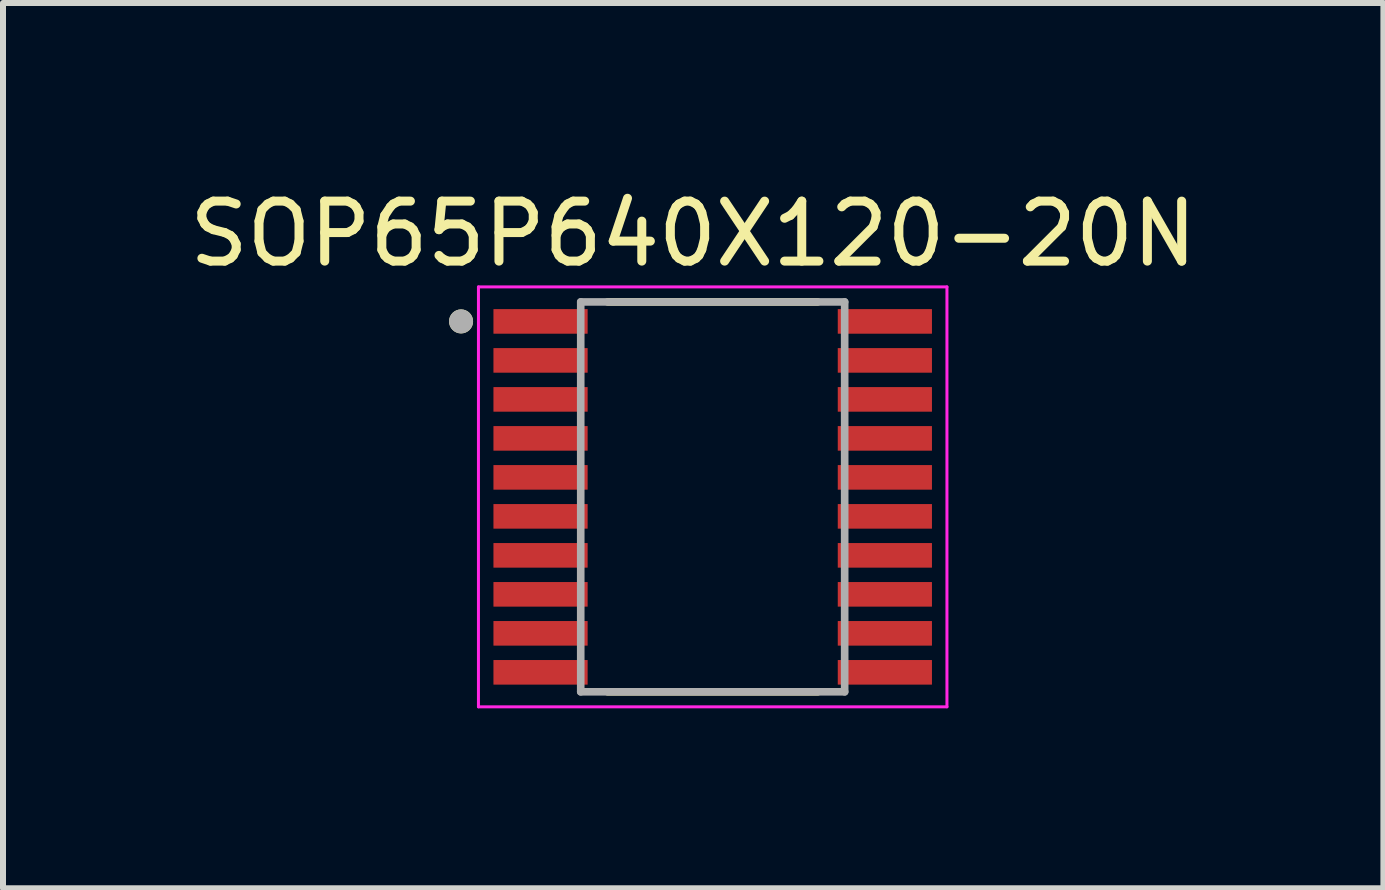
<source format=kicad_pcb>
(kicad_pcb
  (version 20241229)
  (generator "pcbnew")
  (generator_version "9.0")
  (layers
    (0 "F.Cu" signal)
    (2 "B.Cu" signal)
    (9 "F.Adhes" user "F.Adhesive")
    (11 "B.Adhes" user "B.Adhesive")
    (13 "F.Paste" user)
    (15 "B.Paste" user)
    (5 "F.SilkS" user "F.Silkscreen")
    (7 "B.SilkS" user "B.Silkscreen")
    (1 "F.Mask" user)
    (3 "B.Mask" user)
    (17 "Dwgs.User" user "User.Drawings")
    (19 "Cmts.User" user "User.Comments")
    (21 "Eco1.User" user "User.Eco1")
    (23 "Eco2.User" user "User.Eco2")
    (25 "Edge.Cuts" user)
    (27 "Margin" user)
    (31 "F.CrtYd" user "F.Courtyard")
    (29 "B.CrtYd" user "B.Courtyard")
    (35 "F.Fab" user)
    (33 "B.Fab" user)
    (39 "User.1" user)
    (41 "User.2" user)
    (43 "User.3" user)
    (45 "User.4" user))
  (footprint "SOP65P640X120-20N"
    (layer "F.Cu")
    (at 8.831 5.233)
    (property "Reference" "SOP65P640X120-20N" (at -0.325 -4.385 0) (layer "F.SilkS") (effects (font (size 1 1) (thickness 0.15))))
    (attr smd)
    (fp_line (start -1.75 -3.25) (end 1.75 -3.25) (stroke (width 0.127) (type solid)) (layer "F.SilkS"))
    (fp_line (start -1.75 3.25) (end 1.75 3.25) (stroke (width 0.127) (type solid)) (layer "F.SilkS"))
    (fp_circle (center -4.195 -2.925) (end -4.095 -2.925) (stroke (width 0.2) (type solid)) (fill no) (layer "F.SilkS"))
    (fp_line (start -3.905 -3.5) (end -3.905 3.5) (stroke (width 0.05) (type solid)) (layer "F.CrtYd"))
    (fp_line (start -3.905 -3.5) (end 3.905 -3.5) (stroke (width 0.05) (type solid)) (layer "F.CrtYd"))
    (fp_line (start -3.905 3.5) (end 3.905 3.5) (stroke (width 0.05) (type solid)) (layer "F.CrtYd"))
    (fp_line (start 3.905 -3.5) (end 3.905 3.5) (stroke (width 0.05) (type solid)) (layer "F.CrtYd"))
    (fp_line (start -2.2 -3.25) (end -2.2 3.25) (stroke (width 0.127) (type solid)) (layer "F.Fab"))
    (fp_line (start -2.2 -3.25) (end 2.2 -3.25) (stroke (width 0.127) (type solid)) (layer "F.Fab"))
    (fp_line (start -2.2 3.25) (end 2.2 3.25) (stroke (width 0.127) (type solid)) (layer "F.Fab"))
    (fp_line (start 2.2 -3.25) (end 2.2 3.25) (stroke (width 0.127) (type solid)) (layer "F.Fab"))
    (fp_circle (center -4.195 -2.925) (end -4.095 -2.925) (stroke (width 0.2) (type solid)) (fill no) (layer "F.Fab"))
    (pad "1" smd rect (at -2.87 -2.925) (size 1.57 0.41) (layers "F.Cu" "F.Mask" "F.Paste"))
    (pad "2" smd rect (at -2.87 -2.275) (size 1.57 0.41) (layers "F.Cu" "F.Mask" "F.Paste"))
    (pad "3" smd rect (at -2.87 -1.625) (size 1.57 0.41) (layers "F.Cu" "F.Mask" "F.Paste"))
    (pad "4" smd rect (at -2.87 -0.975) (size 1.57 0.41) (layers "F.Cu" "F.Mask" "F.Paste"))
    (pad "5" smd rect (at -2.87 -0.325) (size 1.57 0.41) (layers "F.Cu" "F.Mask" "F.Paste"))
    (pad "6" smd rect (at -2.87 0.325) (size 1.57 0.41) (layers "F.Cu" "F.Mask" "F.Paste"))
    (pad "7" smd rect (at -2.87 0.975) (size 1.57 0.41) (layers "F.Cu" "F.Mask" "F.Paste"))
    (pad "8" smd rect (at -2.87 1.625) (size 1.57 0.41) (layers "F.Cu" "F.Mask" "F.Paste"))
    (pad "9" smd rect (at -2.87 2.275) (size 1.57 0.41) (layers "F.Cu" "F.Mask" "F.Paste"))
    (pad "10" smd rect (at -2.87 2.925) (size 1.57 0.41) (layers "F.Cu" "F.Mask" "F.Paste"))
    (pad "11" smd rect (at 2.87 2.925) (size 1.57 0.41) (layers "F.Cu" "F.Mask" "F.Paste"))
    (pad "12" smd rect (at 2.87 2.275) (size 1.57 0.41) (layers "F.Cu" "F.Mask" "F.Paste"))
    (pad "13" smd rect (at 2.87 1.625) (size 1.57 0.41) (layers "F.Cu" "F.Mask" "F.Paste"))
    (pad "14" smd rect (at 2.87 0.975) (size 1.57 0.41) (layers "F.Cu" "F.Mask" "F.Paste"))
    (pad "15" smd rect (at 2.87 0.325) (size 1.57 0.41) (layers "F.Cu" "F.Mask" "F.Paste"))
    (pad "16" smd rect (at 2.87 -0.325) (size 1.57 0.41) (layers "F.Cu" "F.Mask" "F.Paste"))
    (pad "17" smd rect (at 2.87 -0.975) (size 1.57 0.41) (layers "F.Cu" "F.Mask" "F.Paste"))
    (pad "18" smd rect (at 2.87 -1.625) (size 1.57 0.41) (layers "F.Cu" "F.Mask" "F.Paste"))
    (pad "19" smd rect (at 2.87 -2.275) (size 1.57 0.41) (layers "F.Cu" "F.Mask" "F.Paste"))
    (pad "20" smd rect (at 2.87 -2.925) (size 1.57 0.41) (layers "F.Cu" "F.Mask" "F.Paste")))
  (gr_rect
    (start -3 -3)
    (end 20.012 11.758)
    (stroke (width 0.1) (type default))
    (fill no)
    (layer "Edge.Cuts")))
</source>
